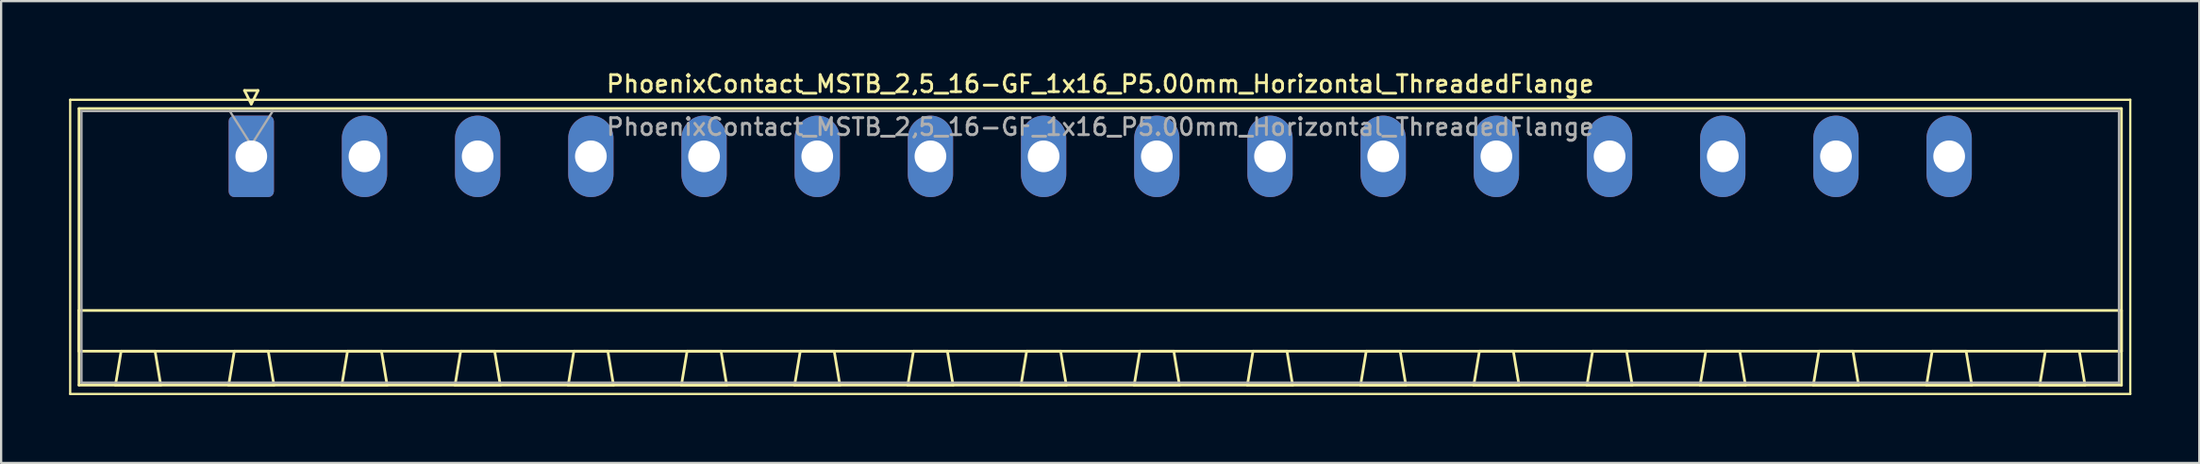
<source format=kicad_pcb>
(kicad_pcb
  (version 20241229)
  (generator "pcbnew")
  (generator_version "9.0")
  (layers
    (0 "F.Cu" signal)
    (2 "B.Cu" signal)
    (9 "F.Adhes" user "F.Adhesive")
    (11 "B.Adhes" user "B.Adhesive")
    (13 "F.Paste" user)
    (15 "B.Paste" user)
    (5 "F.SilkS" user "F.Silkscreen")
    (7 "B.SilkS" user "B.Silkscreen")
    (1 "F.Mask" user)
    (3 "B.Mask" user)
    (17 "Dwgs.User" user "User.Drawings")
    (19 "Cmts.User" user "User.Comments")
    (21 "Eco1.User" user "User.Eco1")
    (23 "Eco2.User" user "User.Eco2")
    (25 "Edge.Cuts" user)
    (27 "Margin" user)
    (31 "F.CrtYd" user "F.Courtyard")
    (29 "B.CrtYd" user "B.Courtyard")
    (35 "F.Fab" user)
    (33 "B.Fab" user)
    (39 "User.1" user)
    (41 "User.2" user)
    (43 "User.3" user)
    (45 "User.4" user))
  (footprint "PhoenixContact_MSTB_2,5_16-GF_1x16_P5.00mm_Horizontal_ThreadedFlange"
    (layer "F.Cu")
    (at 8.05 3.858)
    (property "Reference" "PhoenixContact_MSTB_2,5_16-GF_1x16_P5.00mm_Horizontal_ThreadedFlange" (at 37.5 -3.2 0) (layer "F.SilkS") (effects (font (size 0.75 0.75) (thickness 0.125))))
    (attr through_hole)
    (fp_line (start -8 -2.5) (end -8 10.5) (stroke (width 0.1) (type solid)) (layer "F.SilkS"))
    (fp_line (start -8 10.5) (end 83 10.5) (stroke (width 0.1) (type solid)) (layer "F.SilkS"))
    (fp_line (start -7.61 -2.11) (end -7.61 10.11) (stroke (width 0.12) (type solid)) (layer "F.SilkS"))
    (fp_line (start -7.61 6.81) (end 82.61 6.81) (stroke (width 0.12) (type solid)) (layer "F.SilkS"))
    (fp_line (start -7.61 8.61) (end -7.61 6.81) (stroke (width 0.12) (type solid)) (layer "F.SilkS"))
    (fp_line (start -7.61 10.11) (end 82.61 10.11) (stroke (width 0.12) (type solid)) (layer "F.SilkS"))
    (fp_line (start -6 10.11) (end -4 10.11) (stroke (width 0.12) (type solid)) (layer "F.SilkS"))
    (fp_line (start -5.75 8.61) (end -6 10.11) (stroke (width 0.12) (type solid)) (layer "F.SilkS"))
    (fp_line (start -4.25 8.61) (end -5.75 8.61) (stroke (width 0.12) (type solid)) (layer "F.SilkS"))
    (fp_line (start -4 10.11) (end -4.25 8.61) (stroke (width 0.12) (type solid)) (layer "F.SilkS"))
    (fp_line (start -1 10.11) (end 1 10.11) (stroke (width 0.12) (type solid)) (layer "F.SilkS"))
    (fp_line (start -0.75 8.61) (end -1 10.11) (stroke (width 0.12) (type solid)) (layer "F.SilkS"))
    (fp_line (start -0.3 -2.91) (end 0.3 -2.91) (stroke (width 0.12) (type solid)) (layer "F.SilkS"))
    (fp_line (start 0 -2.31) (end -0.3 -2.91) (stroke (width 0.12) (type solid)) (layer "F.SilkS"))
    (fp_line (start 0.3 -2.91) (end 0 -2.31) (stroke (width 0.12) (type solid)) (layer "F.SilkS"))
    (fp_line (start 0.75 8.61) (end -0.75 8.61) (stroke (width 0.12) (type solid)) (layer "F.SilkS"))
    (fp_line (start 1 10.11) (end 0.75 8.61) (stroke (width 0.12) (type solid)) (layer "F.SilkS"))
    (fp_line (start 4 10.11) (end 6 10.11) (stroke (width 0.12) (type solid)) (layer "F.SilkS"))
    (fp_line (start 4.25 8.61) (end 4 10.11) (stroke (width 0.12) (type solid)) (layer "F.SilkS"))
    (fp_line (start 5.75 8.61) (end 4.25 8.61) (stroke (width 0.12) (type solid)) (layer "F.SilkS"))
    (fp_line (start 6 10.11) (end 5.75 8.61) (stroke (width 0.12) (type solid)) (layer "F.SilkS"))
    (fp_line (start 9 10.11) (end 11 10.11) (stroke (width 0.12) (type solid)) (layer "F.SilkS"))
    (fp_line (start 9.25 8.61) (end 9 10.11) (stroke (width 0.12) (type solid)) (layer "F.SilkS"))
    (fp_line (start 10.75 8.61) (end 9.25 8.61) (stroke (width 0.12) (type solid)) (layer "F.SilkS"))
    (fp_line (start 11 10.11) (end 10.75 8.61) (stroke (width 0.12) (type solid)) (layer "F.SilkS"))
    (fp_line (start 14 10.11) (end 16 10.11) (stroke (width 0.12) (type solid)) (layer "F.SilkS"))
    (fp_line (start 14.25 8.61) (end 14 10.11) (stroke (width 0.12) (type solid)) (layer "F.SilkS"))
    (fp_line (start 15.75 8.61) (end 14.25 8.61) (stroke (width 0.12) (type solid)) (layer "F.SilkS"))
    (fp_line (start 16 10.11) (end 15.75 8.61) (stroke (width 0.12) (type solid)) (layer "F.SilkS"))
    (fp_line (start 19 10.11) (end 21 10.11) (stroke (width 0.12) (type solid)) (layer "F.SilkS"))
    (fp_line (start 19.25 8.61) (end 19 10.11) (stroke (width 0.12) (type solid)) (layer "F.SilkS"))
    (fp_line (start 20.75 8.61) (end 19.25 8.61) (stroke (width 0.12) (type solid)) (layer "F.SilkS"))
    (fp_line (start 21 10.11) (end 20.75 8.61) (stroke (width 0.12) (type solid)) (layer "F.SilkS"))
    (fp_line (start 24 10.11) (end 26 10.11) (stroke (width 0.12) (type solid)) (layer "F.SilkS"))
    (fp_line (start 24.25 8.61) (end 24 10.11) (stroke (width 0.12) (type solid)) (layer "F.SilkS"))
    (fp_line (start 25.75 8.61) (end 24.25 8.61) (stroke (width 0.12) (type solid)) (layer "F.SilkS"))
    (fp_line (start 26 10.11) (end 25.75 8.61) (stroke (width 0.12) (type solid)) (layer "F.SilkS"))
    (fp_line (start 29 10.11) (end 31 10.11) (stroke (width 0.12) (type solid)) (layer "F.SilkS"))
    (fp_line (start 29.25 8.61) (end 29 10.11) (stroke (width 0.12) (type solid)) (layer "F.SilkS"))
    (fp_line (start 30.75 8.61) (end 29.25 8.61) (stroke (width 0.12) (type solid)) (layer "F.SilkS"))
    (fp_line (start 31 10.11) (end 30.75 8.61) (stroke (width 0.12) (type solid)) (layer "F.SilkS"))
    (fp_line (start 34 10.11) (end 36 10.11) (stroke (width 0.12) (type solid)) (layer "F.SilkS"))
    (fp_line (start 34.25 8.61) (end 34 10.11) (stroke (width 0.12) (type solid)) (layer "F.SilkS"))
    (fp_line (start 35.75 8.61) (end 34.25 8.61) (stroke (width 0.12) (type solid)) (layer "F.SilkS"))
    (fp_line (start 36 10.11) (end 35.75 8.61) (stroke (width 0.12) (type solid)) (layer "F.SilkS"))
    (fp_line (start 39 10.11) (end 41 10.11) (stroke (width 0.12) (type solid)) (layer "F.SilkS"))
    (fp_line (start 39.25 8.61) (end 39 10.11) (stroke (width 0.12) (type solid)) (layer "F.SilkS"))
    (fp_line (start 40.75 8.61) (end 39.25 8.61) (stroke (width 0.12) (type solid)) (layer "F.SilkS"))
    (fp_line (start 41 10.11) (end 40.75 8.61) (stroke (width 0.12) (type solid)) (layer "F.SilkS"))
    (fp_line (start 44 10.11) (end 46 10.11) (stroke (width 0.12) (type solid)) (layer "F.SilkS"))
    (fp_line (start 44.25 8.61) (end 44 10.11) (stroke (width 0.12) (type solid)) (layer "F.SilkS"))
    (fp_line (start 45.75 8.61) (end 44.25 8.61) (stroke (width 0.12) (type solid)) (layer "F.SilkS"))
    (fp_line (start 46 10.11) (end 45.75 8.61) (stroke (width 0.12) (type solid)) (layer "F.SilkS"))
    (fp_line (start 49 10.11) (end 51 10.11) (stroke (width 0.12) (type solid)) (layer "F.SilkS"))
    (fp_line (start 49.25 8.61) (end 49 10.11) (stroke (width 0.12) (type solid)) (layer "F.SilkS"))
    (fp_line (start 50.75 8.61) (end 49.25 8.61) (stroke (width 0.12) (type solid)) (layer "F.SilkS"))
    (fp_line (start 51 10.11) (end 50.75 8.61) (stroke (width 0.12) (type solid)) (layer "F.SilkS"))
    (fp_line (start 54 10.11) (end 56 10.11) (stroke (width 0.12) (type solid)) (layer "F.SilkS"))
    (fp_line (start 54.25 8.61) (end 54 10.11) (stroke (width 0.12) (type solid)) (layer "F.SilkS"))
    (fp_line (start 55.75 8.61) (end 54.25 8.61) (stroke (width 0.12) (type solid)) (layer "F.SilkS"))
    (fp_line (start 56 10.11) (end 55.75 8.61) (stroke (width 0.12) (type solid)) (layer "F.SilkS"))
    (fp_line (start 59 10.11) (end 61 10.11) (stroke (width 0.12) (type solid)) (layer "F.SilkS"))
    (fp_line (start 59.25 8.61) (end 59 10.11) (stroke (width 0.12) (type solid)) (layer "F.SilkS"))
    (fp_line (start 60.75 8.61) (end 59.25 8.61) (stroke (width 0.12) (type solid)) (layer "F.SilkS"))
    (fp_line (start 61 10.11) (end 60.75 8.61) (stroke (width 0.12) (type solid)) (layer "F.SilkS"))
    (fp_line (start 64 10.11) (end 66 10.11) (stroke (width 0.12) (type solid)) (layer "F.SilkS"))
    (fp_line (start 64.25 8.61) (end 64 10.11) (stroke (width 0.12) (type solid)) (layer "F.SilkS"))
    (fp_line (start 65.75 8.61) (end 64.25 8.61) (stroke (width 0.12) (type solid)) (layer "F.SilkS"))
    (fp_line (start 66 10.11) (end 65.75 8.61) (stroke (width 0.12) (type solid)) (layer "F.SilkS"))
    (fp_line (start 69 10.11) (end 71 10.11) (stroke (width 0.12) (type solid)) (layer "F.SilkS"))
    (fp_line (start 69.25 8.61) (end 69 10.11) (stroke (width 0.12) (type solid)) (layer "F.SilkS"))
    (fp_line (start 70.75 8.61) (end 69.25 8.61) (stroke (width 0.12) (type solid)) (layer "F.SilkS"))
    (fp_line (start 71 10.11) (end 70.75 8.61) (stroke (width 0.12) (type solid)) (layer "F.SilkS"))
    (fp_line (start 74 10.11) (end 76 10.11) (stroke (width 0.12) (type solid)) (layer "F.SilkS"))
    (fp_line (start 74.25 8.61) (end 74 10.11) (stroke (width 0.12) (type solid)) (layer "F.SilkS"))
    (fp_line (start 75.75 8.61) (end 74.25 8.61) (stroke (width 0.12) (type solid)) (layer "F.SilkS"))
    (fp_line (start 76 10.11) (end 75.75 8.61) (stroke (width 0.12) (type solid)) (layer "F.SilkS"))
    (fp_line (start 79 10.11) (end 81 10.11) (stroke (width 0.12) (type solid)) (layer "F.SilkS"))
    (fp_line (start 79.25 8.61) (end 79 10.11) (stroke (width 0.12) (type solid)) (layer "F.SilkS"))
    (fp_line (start 80.75 8.61) (end 79.25 8.61) (stroke (width 0.12) (type solid)) (layer "F.SilkS"))
    (fp_line (start 81 10.11) (end 80.75 8.61) (stroke (width 0.12) (type solid)) (layer "F.SilkS"))
    (fp_line (start 82.61 -2.11) (end -7.61 -2.11) (stroke (width 0.12) (type solid)) (layer "F.SilkS"))
    (fp_line (start 82.61 6.81) (end 82.61 8.61) (stroke (width 0.12) (type solid)) (layer "F.SilkS"))
    (fp_line (start 82.61 8.61) (end -7.61 8.61) (stroke (width 0.12) (type solid)) (layer "F.SilkS"))
    (fp_line (start 82.61 10.11) (end 82.61 -2.11) (stroke (width 0.12) (type solid)) (layer "F.SilkS"))
    (fp_line (start 83 -2.5) (end -8 -2.5) (stroke (width 0.1) (type solid)) (layer "F.SilkS"))
    (fp_line (start 83 10.5) (end 83 -2.5) (stroke (width 0.1) (type solid)) (layer "F.SilkS"))
    (fp_line (start -7.5 -2) (end -7.5 10) (stroke (width 0.1) (type solid)) (layer "F.Fab"))
    (fp_line (start -7.5 10) (end 82.5 10) (stroke (width 0.1) (type solid)) (layer "F.Fab"))
    (fp_line (start 0 -0.5) (end -0.95 -2) (stroke (width 0.1) (type solid)) (layer "F.Fab"))
    (fp_line (start 0.95 -2) (end 0 -0.5) (stroke (width 0.1) (type solid)) (layer "F.Fab"))
    (fp_line (start 82.5 -2) (end -7.5 -2) (stroke (width 0.1) (type solid)) (layer "F.Fab"))
    (fp_line (start 82.5 10) (end 82.5 -2) (stroke (width 0.1) (type solid)) (layer "F.Fab"))
    (fp_text user "${REFERENCE}" (at 37.5 -1.3 0) (layer "F.Fab") (effects (font (size 0.75 0.75) (thickness 0.125))))
    (pad "1" thru_hole roundrect (at 0 0) (size 2 3.6) (drill 1.4) (layers "*.Cu" "*.Mask") (roundrect_rratio 0.125))
    (pad "2" thru_hole oval (at 5 0) (size 2 3.6) (drill 1.4) (layers "*.Cu" "*.Mask"))
    (pad "3" thru_hole oval (at 10 0) (size 2 3.6) (drill 1.4) (layers "*.Cu" "*.Mask"))
    (pad "4" thru_hole oval (at 15 0) (size 2 3.6) (drill 1.4) (layers "*.Cu" "*.Mask"))
    (pad "5" thru_hole oval (at 20 0) (size 2 3.6) (drill 1.4) (layers "*.Cu" "*.Mask"))
    (pad "6" thru_hole oval (at 25 0) (size 2 3.6) (drill 1.4) (layers "*.Cu" "*.Mask"))
    (pad "7" thru_hole oval (at 30 0) (size 2 3.6) (drill 1.4) (layers "*.Cu" "*.Mask"))
    (pad "8" thru_hole oval (at 35 0) (size 2 3.6) (drill 1.4) (layers "*.Cu" "*.Mask"))
    (pad "9" thru_hole oval (at 40 0) (size 2 3.6) (drill 1.4) (layers "*.Cu" "*.Mask"))
    (pad "10" thru_hole oval (at 45 0) (size 2 3.6) (drill 1.4) (layers "*.Cu" "*.Mask"))
    (pad "11" thru_hole oval (at 50 0) (size 2 3.6) (drill 1.4) (layers "*.Cu" "*.Mask"))
    (pad "12" thru_hole oval (at 55 0) (size 2 3.6) (drill 1.4) (layers "*.Cu" "*.Mask"))
    (pad "13" thru_hole oval (at 60 0) (size 2 3.6) (drill 1.4) (layers "*.Cu" "*.Mask"))
    (pad "14" thru_hole oval (at 65 0) (size 2 3.6) (drill 1.4) (layers "*.Cu" "*.Mask"))
    (pad "15" thru_hole oval (at 70 0) (size 2 3.6) (drill 1.4) (layers "*.Cu" "*.Mask"))
    (pad "16" thru_hole oval (at 75 0) (size 2 3.6) (drill 1.4) (layers "*.Cu" "*.Mask")))
  (gr_rect
    (start -3 -3)
    (end 94.1 17.408)
    (stroke (width 0.1) (type default))
    (fill no)
    (layer "Edge.Cuts")))
</source>
